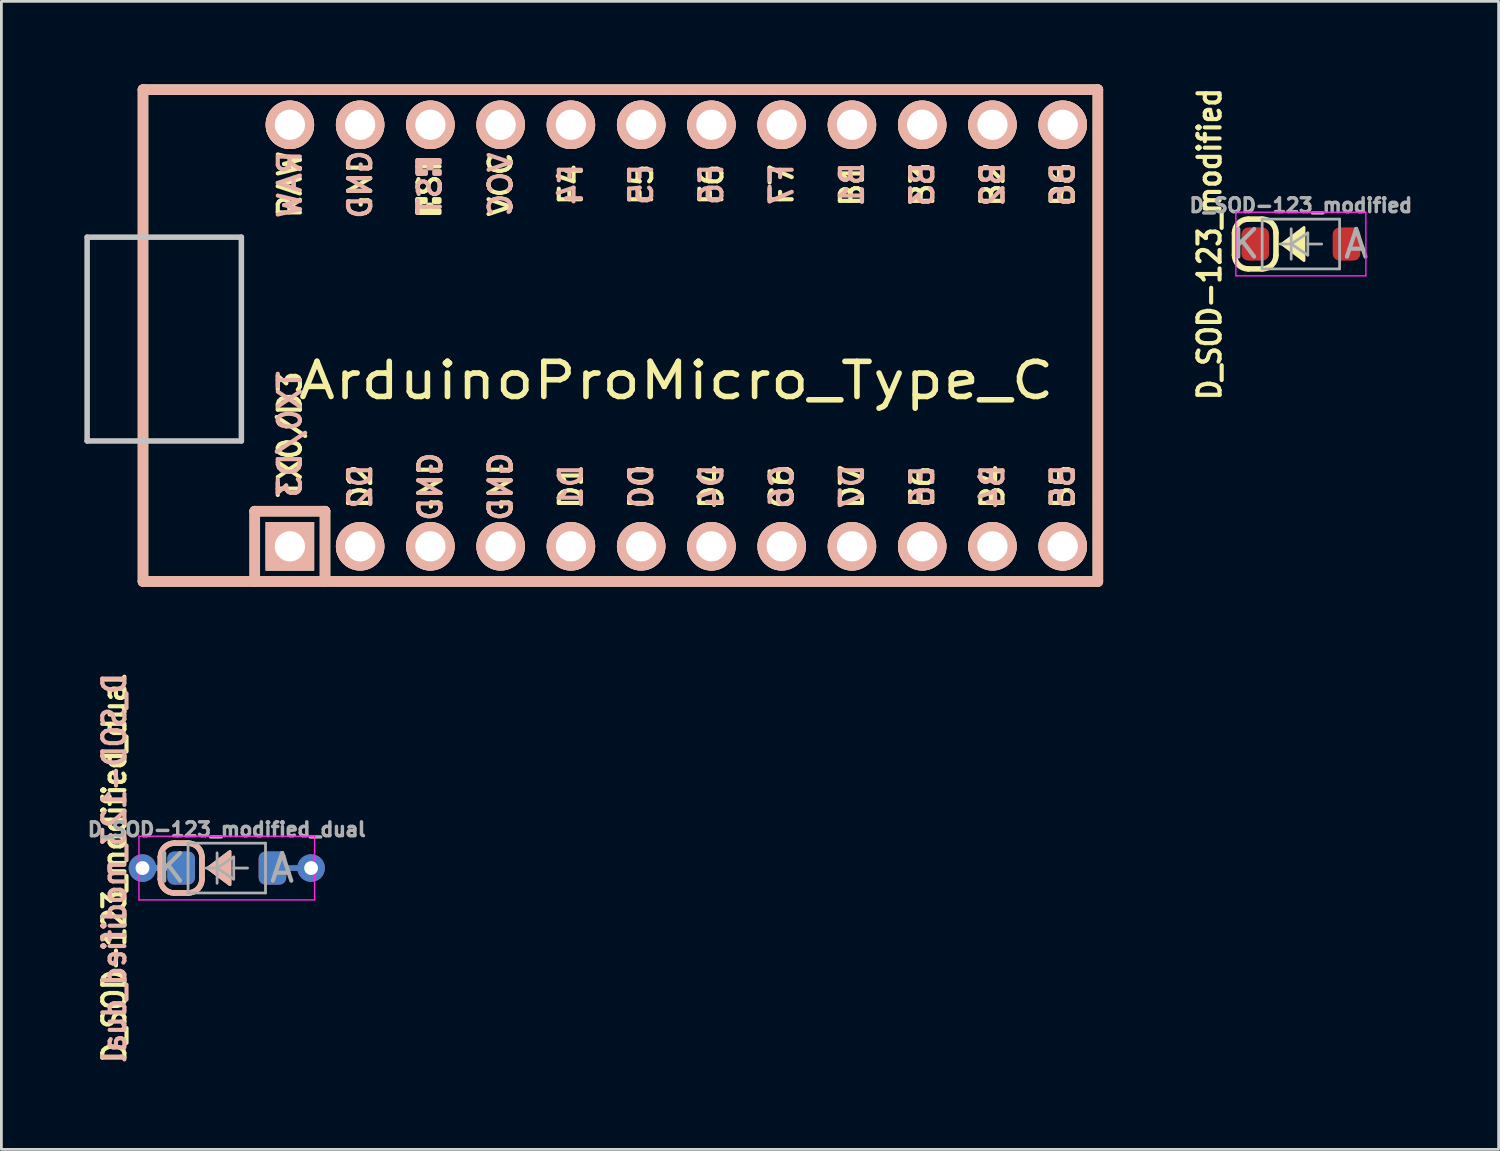
<source format=kicad_pcb>
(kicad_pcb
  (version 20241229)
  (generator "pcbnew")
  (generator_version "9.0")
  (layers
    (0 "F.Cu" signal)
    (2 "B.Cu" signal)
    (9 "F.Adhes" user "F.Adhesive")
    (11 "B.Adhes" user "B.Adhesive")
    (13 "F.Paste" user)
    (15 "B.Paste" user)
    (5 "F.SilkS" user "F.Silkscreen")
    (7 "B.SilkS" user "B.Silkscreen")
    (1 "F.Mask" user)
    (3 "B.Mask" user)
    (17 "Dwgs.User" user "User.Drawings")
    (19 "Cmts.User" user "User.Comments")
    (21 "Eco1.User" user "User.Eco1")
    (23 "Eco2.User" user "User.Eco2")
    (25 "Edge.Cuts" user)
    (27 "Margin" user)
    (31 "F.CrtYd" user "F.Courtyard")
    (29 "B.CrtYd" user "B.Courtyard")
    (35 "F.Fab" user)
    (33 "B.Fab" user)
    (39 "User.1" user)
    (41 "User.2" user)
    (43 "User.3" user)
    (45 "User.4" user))
  (footprint "ArduinoProMicro_Type_C"
    (layer "F.Cu")
    (at 21.4 9.081)
    (property "Reference" "ArduinoProMicro_Type_C" (at 0 1.625 0) (layer "F.SilkS") (effects (font (size 1.27 1.524) (thickness 0.203))))
    (attr through_hole)
    (fp_line (start -19.28 -8.89) (end -19.28 8.89) (stroke (width 0.381) (type solid)) (layer "F.SilkS"))
    (fp_line (start -19.28 8.89) (end 15.24 8.89) (stroke (width 0.381) (type solid)) (layer "F.SilkS"))
    (fp_line (start -15.24 6.35) (end -15.24 8.89) (stroke (width 0.381) (type solid)) (layer "F.SilkS"))
    (fp_line (start -15.24 6.35) (end -12.7 6.35) (stroke (width 0.381) (type solid)) (layer "F.SilkS"))
    (fp_line (start -12.7 6.35) (end -12.7 8.89) (stroke (width 0.381) (type solid)) (layer "F.SilkS"))
    (fp_line (start 15.24 -8.89) (end -19.28 -8.89) (stroke (width 0.381) (type solid)) (layer "F.SilkS"))
    (fp_line (start 15.24 8.89) (end 15.24 -8.89) (stroke (width 0.381) (type solid)) (layer "F.SilkS"))
    (fp_poly (pts (xy -9.361 -4.932) (xy -9.261 -4.932) (xy -9.261 -4.432) (xy -9.361 -4.432)) (stroke (width 0.15) (type solid)) (fill yes) (layer "F.SilkS"))
    (fp_poly (pts (xy -9.361 -4.932) (xy -9.061 -4.932) (xy -9.061 -4.832) (xy -9.361 -4.832)) (stroke (width 0.15) (type solid)) (fill yes) (layer "F.SilkS"))
    (fp_poly (pts (xy -9.361 -4.532) (xy -8.561 -4.532) (xy -8.561 -4.432) (xy -9.361 -4.432)) (stroke (width 0.15) (type solid)) (fill yes) (layer "F.SilkS"))
    (fp_poly (pts (xy -8.961 -4.732) (xy -8.861 -4.732) (xy -8.861 -4.632) (xy -8.961 -4.632)) (stroke (width 0.15) (type solid)) (fill yes) (layer "F.SilkS"))
    (fp_poly (pts (xy -8.761 -4.932) (xy -8.561 -4.932) (xy -8.561 -4.832) (xy -8.761 -4.832)) (stroke (width 0.15) (type solid)) (fill yes) (layer "F.SilkS"))
    (fp_line (start -19.28 -8.89) (end -19.28 8.89) (stroke (width 0.381) (type solid)) (layer "B.SilkS"))
    (fp_line (start -19.28 8.89) (end 15.24 8.89) (stroke (width 0.381) (type solid)) (layer "B.SilkS"))
    (fp_line (start -15.24 6.35) (end -15.24 8.89) (stroke (width 0.381) (type solid)) (layer "B.SilkS"))
    (fp_line (start -15.24 6.35) (end -12.7 6.35) (stroke (width 0.381) (type solid)) (layer "B.SilkS"))
    (fp_line (start -12.7 6.35) (end -12.7 8.89) (stroke (width 0.381) (type solid)) (layer "B.SilkS"))
    (fp_line (start 15.24 -8.89) (end -19.28 -8.89) (stroke (width 0.381) (type solid)) (layer "B.SilkS"))
    (fp_line (start 15.24 8.89) (end 15.24 -8.89) (stroke (width 0.381) (type solid)) (layer "B.SilkS"))
    (fp_poly (pts (xy -9.351 -6.245) (xy -8.551 -6.245) (xy -8.551 -6.345) (xy -9.351 -6.345)) (stroke (width 0.15) (type solid)) (fill yes) (layer "B.SilkS"))
    (fp_poly (pts (xy -9.351 -5.845) (xy -9.251 -5.845) (xy -9.251 -6.345) (xy -9.351 -6.345)) (stroke (width 0.15) (type solid)) (fill yes) (layer "B.SilkS"))
    (fp_poly (pts (xy -9.351 -5.845) (xy -9.051 -5.845) (xy -9.051 -5.945) (xy -9.351 -5.945)) (stroke (width 0.15) (type solid)) (fill yes) (layer "B.SilkS"))
    (fp_poly (pts (xy -8.951 -6.045) (xy -8.851 -6.045) (xy -8.851 -6.145) (xy -8.951 -6.145)) (stroke (width 0.15) (type solid)) (fill yes) (layer "B.SilkS"))
    (fp_poly (pts (xy -8.751 -5.845) (xy -8.551 -5.845) (xy -8.551 -5.945) (xy -8.751 -5.945)) (stroke (width 0.15) (type solid)) (fill yes) (layer "B.SilkS"))
    (fp_line (start -21.3 -3.556) (end -15.724 -3.556) (stroke (width 0.2) (type solid)) (layer "Dwgs.User"))
    (fp_line (start -21.3 3.81) (end -21.3 -3.556) (stroke (width 0.2) (type solid)) (layer "Dwgs.User"))
    (fp_line (start -15.724 -3.556) (end -15.724 3.81) (stroke (width 0.2) (type solid)) (layer "Dwgs.User"))
    (fp_line (start -15.724 3.81) (end -21.3 3.81) (stroke (width 0.2) (type solid)) (layer "Dwgs.User"))
    (fp_text user "ST" (at -8.92 -5.733 90) (layer "F.SilkS") (effects (font (size 0.8 0.8) (thickness 0.15))))
    (fp_text user "TX0/D3" (at -13.97 3.572 90) (layer "F.SilkS") (effects (font (size 0.8 0.8) (thickness 0.15))))
    (fp_text user "GND" (at -6.35 5.461 90) (layer "F.SilkS") (effects (font (size 0.8 0.8) (thickness 0.15))))
    (fp_text user "B3" (at 8.89 -5.461 90) (layer "F.SilkS") (effects (font (size 0.8 0.8) (thickness 0.15))))
    (fp_text user "D4" (at 1.27 5.461 90) (layer "F.SilkS") (effects (font (size 0.8 0.8) (thickness 0.15))))
    (fp_text user "E6" (at 8.89 5.461 90) (layer "F.SilkS") (effects (font (size 0.8 0.8) (thickness 0.15))))
    (fp_text user "RAW" (at -13.97 -5.461 90) (layer "F.SilkS") (effects (font (size 0.8 0.8) (thickness 0.15))))
    (fp_text user "F6" (at 1.27 -5.461 90) (layer "F.SilkS") (effects (font (size 0.8 0.8) (thickness 0.15))))
    (fp_text user "B6" (at 13.97 -5.461 90) (layer "F.SilkS") (effects (font (size 0.8 0.8) (thickness 0.15))))
    (fp_text user "C6" (at 3.81 5.461 90) (layer "F.SilkS") (effects (font (size 0.8 0.8) (thickness 0.15))))
    (fp_text user "F4" (at -3.81 -5.461 90) (layer "F.SilkS") (effects (font (size 0.8 0.8) (thickness 0.15))))
    (fp_text user "B1" (at 6.35 -5.461 90) (layer "F.SilkS") (effects (font (size 0.8 0.8) (thickness 0.15))))
    (fp_text user "F5" (at -1.27 -5.461 90) (layer "F.SilkS") (effects (font (size 0.8 0.8) (thickness 0.15))))
    (fp_text user "B4" (at 11.43 5.461 90) (layer "F.SilkS") (effects (font (size 0.8 0.8) (thickness 0.15))))
    (fp_text user "B5" (at 13.97 5.461 90) (layer "F.SilkS") (effects (font (size 0.8 0.8) (thickness 0.15))))
    (fp_text user "D7" (at 6.35 5.461 90) (layer "F.SilkS") (effects (font (size 0.8 0.8) (thickness 0.15))))
    (fp_text user "D1" (at -3.81 5.461 90) (layer "F.SilkS") (effects (font (size 0.8 0.8) (thickness 0.15))))
    (fp_text user "GND" (at -11.43 -5.461 90) (layer "F.SilkS") (effects (font (size 0.8 0.8) (thickness 0.15))))
    (fp_text user "D0" (at -1.27 5.461 90) (layer "F.SilkS") (effects (font (size 0.8 0.8) (thickness 0.15))))
    (fp_text user "VCC" (at -6.35 -5.461 90) (layer "F.SilkS") (effects (font (size 0.8 0.8) (thickness 0.15))))
    (fp_text user "F7" (at 3.81 -5.461 90) (layer "F.SilkS") (effects (font (size 0.8 0.8) (thickness 0.15))))
    (fp_text user "D2" (at -11.43 5.461 90) (layer "F.SilkS") (effects (font (size 0.8 0.8) (thickness 0.15))))
    (fp_text user "GND" (at -8.89 5.461 90) (layer "F.SilkS") (effects (font (size 0.8 0.8) (thickness 0.15))))
    (fp_text user "B2" (at 11.43 -5.461 90) (layer "F.SilkS") (effects (font (size 0.8 0.8) (thickness 0.15))))
    (fp_text user "F5" (at -1.27 -5.461 90) (layer "B.SilkS") (effects (font (size 0.8 0.8) (thickness 0.15)) (justify mirror)))
    (fp_text user "D4" (at 1.27 5.461 90) (layer "B.SilkS") (effects (font (size 0.8 0.8) (thickness 0.15)) (justify mirror)))
    (fp_text user "D2" (at -11.43 5.461 90) (layer "B.SilkS") (effects (font (size 0.8 0.8) (thickness 0.15)) (justify mirror)))
    (fp_text user "F4" (at -3.81 -5.461 90) (layer "B.SilkS") (effects (font (size 0.8 0.8) (thickness 0.15)) (justify mirror)))
    (fp_text user "E6" (at 8.89 5.461 90) (layer "B.SilkS") (effects (font (size 0.8 0.8) (thickness 0.15)) (justify mirror)))
    (fp_text user "B2" (at 11.43 -5.461 90) (layer "B.SilkS") (effects (font (size 0.8 0.8) (thickness 0.15)) (justify mirror)))
    (fp_text user "F7" (at 3.81 -5.461 90) (layer "B.SilkS") (effects (font (size 0.8 0.8) (thickness 0.15)) (justify mirror)))
    (fp_text user "TX0/D3" (at -13.97 3.572 90) (layer "B.SilkS") (effects (font (size 0.8 0.8) (thickness 0.15)) (justify mirror)))
    (fp_text user "GND" (at -8.89 5.461 90) (layer "B.SilkS") (effects (font (size 0.8 0.8) (thickness 0.15)) (justify mirror)))
    (fp_text user "B1" (at 6.35 -5.461 90) (layer "B.SilkS") (effects (font (size 0.8 0.8) (thickness 0.15)) (justify mirror)))
    (fp_text user "B6" (at 13.97 -5.461 90) (layer "B.SilkS") (effects (font (size 0.8 0.8) (thickness 0.15)) (justify mirror)))
    (fp_text user "D7" (at 6.35 5.461 90) (layer "B.SilkS") (effects (font (size 0.8 0.8) (thickness 0.15)) (justify mirror)))
    (fp_text user "D1" (at -3.81 5.461 90) (layer "B.SilkS") (effects (font (size 0.8 0.8) (thickness 0.15)) (justify mirror)))
    (fp_text user "ST" (at -8.91 -5.04 90) (layer "B.SilkS") (effects (font (size 0.8 0.8) (thickness 0.15)) (justify mirror)))
    (fp_text user "B4" (at 11.43 5.461 90) (layer "B.SilkS") (effects (font (size 0.8 0.8) (thickness 0.15)) (justify mirror)))
    (fp_text user "VCC" (at -6.35 -5.461 90) (layer "B.SilkS") (effects (font (size 0.8 0.8) (thickness 0.15)) (justify mirror)))
    (fp_text user "RAW" (at -13.97 -5.461 90) (layer "B.SilkS") (effects (font (size 0.8 0.8) (thickness 0.15)) (justify mirror)))
    (fp_text user "GND" (at -11.43 -5.461 90) (layer "B.SilkS") (effects (font (size 0.8 0.8) (thickness 0.15)) (justify mirror)))
    (fp_text user "F6" (at 1.27 -5.461 90) (layer "B.SilkS") (effects (font (size 0.8 0.8) (thickness 0.15)) (justify mirror)))
    (fp_text user "GND" (at -6.35 5.461 90) (layer "B.SilkS") (effects (font (size 0.8 0.8) (thickness 0.15)) (justify mirror)))
    (fp_text user "D0" (at -1.27 5.461 90) (layer "B.SilkS") (effects (font (size 0.8 0.8) (thickness 0.15)) (justify mirror)))
    (fp_text user "C6" (at 3.81 5.461 90) (layer "B.SilkS") (effects (font (size 0.8 0.8) (thickness 0.15)) (justify mirror)))
    (fp_text user "B5" (at 13.97 5.461 90) (layer "B.SilkS") (effects (font (size 0.8 0.8) (thickness 0.15)) (justify mirror)))
    (fp_text user "B3" (at 8.89 -5.461 90) (layer "B.SilkS") (effects (font (size 0.8 0.8) (thickness 0.15)) (justify mirror)))
    (pad "1" thru_hole rect (at -13.97 7.62) (size 1.753 1.753) (drill 1.092) (layers "*.Cu" "*.SilkS" "*.Mask"))
    (pad "2" thru_hole circle (at -11.43 7.62) (size 1.753 1.753) (drill 1.092) (layers "*.Cu" "*.SilkS" "*.Mask"))
    (pad "3" thru_hole circle (at -8.89 7.62) (size 1.753 1.753) (drill 1.092) (layers "*.Cu" "*.SilkS" "*.Mask"))
    (pad "4" thru_hole circle (at -6.35 7.62) (size 1.753 1.753) (drill 1.092) (layers "*.Cu" "*.SilkS" "*.Mask"))
    (pad "5" thru_hole circle (at -3.81 7.62) (size 1.753 1.753) (drill 1.092) (layers "*.Cu" "*.SilkS" "*.Mask"))
    (pad "6" thru_hole circle (at -1.27 7.62) (size 1.753 1.753) (drill 1.092) (layers "*.Cu" "*.SilkS" "*.Mask"))
    (pad "7" thru_hole circle (at 1.27 7.62) (size 1.753 1.753) (drill 1.092) (layers "*.Cu" "*.SilkS" "*.Mask"))
    (pad "8" thru_hole circle (at 3.81 7.62) (size 1.753 1.753) (drill 1.092) (layers "*.Cu" "*.SilkS" "*.Mask"))
    (pad "9" thru_hole circle (at 6.35 7.62) (size 1.753 1.753) (drill 1.092) (layers "*.Cu" "*.SilkS" "*.Mask"))
    (pad "10" thru_hole circle (at 8.89 7.62) (size 1.753 1.753) (drill 1.092) (layers "*.Cu" "*.SilkS" "*.Mask"))
    (pad "11" thru_hole circle (at 11.43 7.62) (size 1.753 1.753) (drill 1.092) (layers "*.Cu" "*.SilkS" "*.Mask"))
    (pad "12" thru_hole circle (at 13.97 7.62) (size 1.753 1.753) (drill 1.092) (layers "*.Cu" "*.SilkS" "*.Mask"))
    (pad "13" thru_hole circle (at 13.97 -7.62) (size 1.753 1.753) (drill 1.092) (layers "*.Cu" "*.SilkS" "*.Mask"))
    (pad "14" thru_hole circle (at 11.43 -7.62) (size 1.753 1.753) (drill 1.092) (layers "*.Cu" "*.SilkS" "*.Mask"))
    (pad "15" thru_hole circle (at 8.89 -7.62) (size 1.753 1.753) (drill 1.092) (layers "*.Cu" "*.SilkS" "*.Mask"))
    (pad "16" thru_hole circle (at 6.35 -7.62) (size 1.753 1.753) (drill 1.092) (layers "*.Cu" "*.SilkS" "*.Mask"))
    (pad "17" thru_hole circle (at 3.81 -7.62) (size 1.753 1.753) (drill 1.092) (layers "*.Cu" "*.SilkS" "*.Mask"))
    (pad "18" thru_hole circle (at 1.27 -7.62) (size 1.753 1.753) (drill 1.092) (layers "*.Cu" "*.SilkS" "*.Mask"))
    (pad "19" thru_hole circle (at -1.27 -7.62) (size 1.753 1.753) (drill 1.092) (layers "*.Cu" "*.SilkS" "*.Mask"))
    (pad "20" thru_hole circle (at -3.81 -7.62) (size 1.753 1.753) (drill 1.092) (layers "*.Cu" "*.SilkS" "*.Mask"))
    (pad "21" thru_hole circle (at -6.35 -7.62) (size 1.753 1.753) (drill 1.092) (layers "*.Cu" "*.SilkS" "*.Mask"))
    (pad "22" thru_hole circle (at -8.89 -7.62) (size 1.753 1.753) (drill 1.092) (layers "*.Cu" "*.SilkS" "*.Mask"))
    (pad "23" thru_hole circle (at -11.43 -7.62) (size 1.753 1.753) (drill 1.092) (layers "*.Cu" "*.SilkS" "*.Mask"))
    (pad "24" thru_hole circle (at -13.97 -7.62) (size 1.753 1.753) (drill 1.092) (layers "*.Cu" "*.SilkS" "*.Mask")))
  (footprint "D_SOD-123_modified"
    (layer "F.Cu")
    (at 43.98 5.772)
    (property "Reference" "D_SOD-123_modified" (at -3.302 0 90) (layer "F.SilkS") (effects (font (size 0.8 0.7) (thickness 0.15))))
    (attr smd)
    (fp_line (start -2.4 -0.4) (end -2.4 0.4) (stroke (width 0.2) (type solid)) (layer "F.SilkS"))
    (fp_line (start -1.9 -0.9) (end -1.4 -0.9) (stroke (width 0.2) (type solid)) (layer "F.SilkS"))
    (fp_line (start -1.4 0.9) (end -1.9 0.9) (stroke (width 0.2) (type solid)) (layer "F.SilkS"))
    (fp_line (start -0.9 -0.4) (end -0.9 0.4) (stroke (width 0.2) (type solid)) (layer "F.SilkS"))
    (fp_arc (start -2.4 -0.4) (mid -2.253553 -0.753553) (end -1.9 -0.9) (stroke (width 0.2) (type solid)) (layer "F.SilkS"))
    (fp_arc (start -1.9 0.9) (mid -2.253553 0.753553) (end -2.4 0.4) (stroke (width 0.2) (type solid)) (layer "F.SilkS"))
    (fp_arc (start -1.4 -0.9) (mid -1.046447 -0.753553) (end -0.9 -0.4) (stroke (width 0.2) (type solid)) (layer "F.SilkS"))
    (fp_arc (start -0.9 0.4) (mid -1.046447 0.753553) (end -1.4 0.9) (stroke (width 0.2) (type solid)) (layer "F.SilkS"))
    (fp_poly (pts (xy -0.686 0) (xy 0.114 -0.6) (xy 0.114 0.6)) (stroke (width 0.1) (type solid)) (fill yes) (layer "F.SilkS"))
    (fp_line (start -2.35 -1.15) (end -2.35 1.15) (stroke (width 0.05) (type solid)) (layer "F.CrtYd"))
    (fp_line (start -2.35 -1.15) (end 2.35 -1.15) (stroke (width 0.05) (type solid)) (layer "F.CrtYd"))
    (fp_line (start 2.35 -1.15) (end 2.35 1.15) (stroke (width 0.05) (type solid)) (layer "F.CrtYd"))
    (fp_line (start 2.35 1.15) (end -2.35 1.15) (stroke (width 0.05) (type solid)) (layer "F.CrtYd"))
    (fp_line (start -1.4 -0.9) (end 1.4 -0.9) (stroke (width 0.1) (type solid)) (layer "F.Fab"))
    (fp_line (start -1.4 0.9) (end -1.4 -0.9) (stroke (width 0.1) (type solid)) (layer "F.Fab"))
    (fp_line (start -0.75 0) (end -0.35 0) (stroke (width 0.1) (type solid)) (layer "F.Fab"))
    (fp_line (start -0.35 0) (end -0.35 -0.55) (stroke (width 0.1) (type solid)) (layer "F.Fab"))
    (fp_line (start -0.35 0) (end -0.35 0.55) (stroke (width 0.1) (type solid)) (layer "F.Fab"))
    (fp_line (start -0.35 0) (end 0.25 -0.4) (stroke (width 0.1) (type solid)) (layer "F.Fab"))
    (fp_line (start 0.25 -0.4) (end 0.25 0.4) (stroke (width 0.1) (type solid)) (layer "F.Fab"))
    (fp_line (start 0.25 0) (end 0.75 0) (stroke (width 0.1) (type solid)) (layer "F.Fab"))
    (fp_line (start 0.25 0.4) (end -0.35 0) (stroke (width 0.1) (type solid)) (layer "F.Fab"))
    (fp_line (start 1.4 -0.9) (end 1.4 0.9) (stroke (width 0.1) (type solid)) (layer "F.Fab"))
    (fp_line (start 1.4 0.9) (end -1.4 0.9) (stroke (width 0.1) (type solid)) (layer "F.Fab"))
    (fp_text user "K" (at -2 0 0) (layer "F.Fab") (effects (font (size 1 1) (thickness 0.15))))
    (fp_text user "${REFERENCE}" (at 0 -1.397 0) (layer "F.Fab") (effects (font (size 0.5 0.5) (thickness 0.125))))
    (fp_text user "A" (at 2 0 0) (layer "F.Fab") (effects (font (size 1 1) (thickness 0.15))))
    (pad "1" smd roundrect (at -1.65 0) (size 1 1.2) (layers "F.Cu" "F.Mask" "F.Paste") (roundrect_rratio 0.25))
    (pad "2" smd roundrect (at 1.65 0) (size 1 1.2) (layers "F.Cu" "F.Mask" "F.Paste") (roundrect_rratio 0.25)))
  (footprint "D_SOD-123_modified_dual"
    (layer "F.Cu")
    (at 5.149 28.333)
    (property "Reference" "D_SOD-123_modified_dual" (at -4.064 0 90) (layer "F.SilkS") (effects (font (size 0.8 0.7) (thickness 0.15))))
    (attr smd)
    (fp_line (start -2.4 -0.4) (end -2.4 0.4) (stroke (width 0.2) (type solid)) (layer "F.SilkS"))
    (fp_line (start -1.9 -0.9) (end -1.4 -0.9) (stroke (width 0.2) (type solid)) (layer "F.SilkS"))
    (fp_line (start -1.4 0.9) (end -1.9 0.9) (stroke (width 0.2) (type solid)) (layer "F.SilkS"))
    (fp_line (start -0.9 -0.4) (end -0.9 0.4) (stroke (width 0.2) (type solid)) (layer "F.SilkS"))
    (fp_arc (start -2.4 -0.4) (mid -2.253553 -0.753553) (end -1.9 -0.9) (stroke (width 0.2) (type solid)) (layer "F.SilkS"))
    (fp_arc (start -1.9 0.9) (mid -2.253553 0.753553) (end -2.4 0.4) (stroke (width 0.2) (type solid)) (layer "F.SilkS"))
    (fp_arc (start -1.4 -0.9) (mid -1.046447 -0.753553) (end -0.9 -0.4) (stroke (width 0.2) (type solid)) (layer "F.SilkS"))
    (fp_arc (start -0.9 0.4) (mid -1.046447 0.753553) (end -1.4 0.9) (stroke (width 0.2) (type solid)) (layer "F.SilkS"))
    (fp_poly (pts (xy -0.686 0) (xy 0.114 -0.6) (xy 0.114 0.6)) (stroke (width 0.1) (type solid)) (fill yes) (layer "F.SilkS"))
    (fp_line (start -2.4 -0.4) (end -2.4 0.4) (stroke (width 0.2) (type solid)) (layer "B.SilkS"))
    (fp_line (start -1.4 -0.9) (end -1.9 -0.9) (stroke (width 0.2) (type solid)) (layer "B.SilkS"))
    (fp_line (start -1.4 0.9) (end -1.9 0.9) (stroke (width 0.2) (type solid)) (layer "B.SilkS"))
    (fp_line (start -0.9 -0.4) (end -0.9 0.4) (stroke (width 0.2) (type solid)) (layer "B.SilkS"))
    (fp_arc (start -2.4 -0.4) (mid -2.253553 -0.753553) (end -1.9 -0.9) (stroke (width 0.2) (type solid)) (layer "B.SilkS"))
    (fp_arc (start -1.9 0.9) (mid -2.253553 0.753553) (end -2.4 0.4) (stroke (width 0.2) (type solid)) (layer "B.SilkS"))
    (fp_arc (start -1.4 -0.9) (mid -1.046447 -0.753553) (end -0.9 -0.4) (stroke (width 0.2) (type solid)) (layer "B.SilkS"))
    (fp_arc (start -0.9 0.4) (mid -1.046447 0.753553) (end -1.4 0.9) (stroke (width 0.2) (type solid)) (layer "B.SilkS"))
    (fp_poly (pts (xy -0.686 0) (xy 0.114 -0.6) (xy 0.114 0.6)) (stroke (width 0.1) (type solid)) (fill yes) (layer "B.SilkS"))
    (fp_line (start -3.175 -1.15) (end -3.175 1.15) (stroke (width 0.05) (type solid)) (layer "F.CrtYd"))
    (fp_line (start -3.175 -1.15) (end 3.175 -1.15) (stroke (width 0.05) (type solid)) (layer "F.CrtYd"))
    (fp_line (start 3.175 -1.15) (end 3.175 1.15) (stroke (width 0.05) (type solid)) (layer "F.CrtYd"))
    (fp_line (start 3.175 1.15) (end -3.175 1.15) (stroke (width 0.05) (type solid)) (layer "F.CrtYd"))
    (fp_line (start -1.4 -0.9) (end 1.4 -0.9) (stroke (width 0.1) (type solid)) (layer "F.Fab"))
    (fp_line (start -1.4 0.9) (end -1.4 -0.9) (stroke (width 0.1) (type solid)) (layer "F.Fab"))
    (fp_line (start -0.75 0) (end -0.35 0) (stroke (width 0.1) (type solid)) (layer "F.Fab"))
    (fp_line (start -0.35 0) (end -0.35 -0.55) (stroke (width 0.1) (type solid)) (layer "F.Fab"))
    (fp_line (start -0.35 0) (end -0.35 0.55) (stroke (width 0.1) (type solid)) (layer "F.Fab"))
    (fp_line (start -0.35 0) (end 0.25 -0.4) (stroke (width 0.1) (type solid)) (layer "F.Fab"))
    (fp_line (start 0.25 -0.4) (end 0.25 0.4) (stroke (width 0.1) (type solid)) (layer "F.Fab"))
    (fp_line (start 0.25 0) (end 0.75 0) (stroke (width 0.1) (type solid)) (layer "F.Fab"))
    (fp_line (start 0.25 0.4) (end -0.35 0) (stroke (width 0.1) (type solid)) (layer "F.Fab"))
    (fp_line (start 1.4 -0.9) (end 1.4 0.9) (stroke (width 0.1) (type solid)) (layer "F.Fab"))
    (fp_line (start 1.4 0.9) (end -1.4 0.9) (stroke (width 0.1) (type solid)) (layer "F.Fab"))
    (fp_text user "${REFERENCE}" (at -4.064 0 90) (layer "B.SilkS") (effects (font (size 0.8 0.7) (thickness 0.15)) (justify mirror)))
    (fp_text user "K" (at -2 0 0) (layer "F.Fab") (effects (font (size 1 1) (thickness 0.15))))
    (fp_text user "${REFERENCE}" (at 0 -1.397 0) (layer "F.Fab") (effects (font (size 0.5 0.5) (thickness 0.125))))
    (fp_text user "A" (at 2 0 0) (layer "F.Fab") (effects (font (size 1 1) (thickness 0.15))))
    (pad "1" thru_hole circle (at -3.048 0) (size 1 1) (drill 0.5) (layers "*.Cu" "*.Mask"))
    (pad "1" smd rect (at -2.286 0) (size 1.7 0.2) (layers "F.Cu" "F.Mask" "F.Paste"))
    (pad "1" smd rect (at -2.286 0) (size 1.7 0.2) (layers "F.Mask" "B.Cu" "F.Paste"))
    (pad "1" smd roundrect (at -1.651 0) (size 1 1.2) (layers "B.Cu" "B.Mask" "B.Paste") (roundrect_rratio 0.25))
    (pad "1" smd roundrect (at -1.65 0) (size 1 1.2) (layers "F.Cu" "F.Mask" "F.Paste") (roundrect_rratio 0.25))
    (pad "2" smd roundrect (at 1.65 0) (size 1 1.2) (layers "F.Cu" "F.Mask" "F.Paste") (roundrect_rratio 0.25))
    (pad "2" smd roundrect (at 1.651 0) (size 1 1.2) (layers "B.Cu" "B.Mask" "B.Paste") (roundrect_rratio 0.25))
    (pad "2" smd rect (at 2.286 0) (size 1.7 0.2) (layers "F.Cu" "F.Mask" "F.Paste"))
    (pad "2" smd rect (at 2.286 0) (size 1.7 0.2) (layers "F.Mask" "B.Cu" "F.Paste"))
    (pad "2" thru_hole circle (at 3.048 0) (size 1 1) (drill 0.5) (layers "*.Cu" "*.Mask")))
  (gr_rect
    (start -3 -3)
    (end 51.129 38.504)
    (stroke (width 0.1) (type default))
    (fill no)
    (layer "Edge.Cuts")))
</source>
